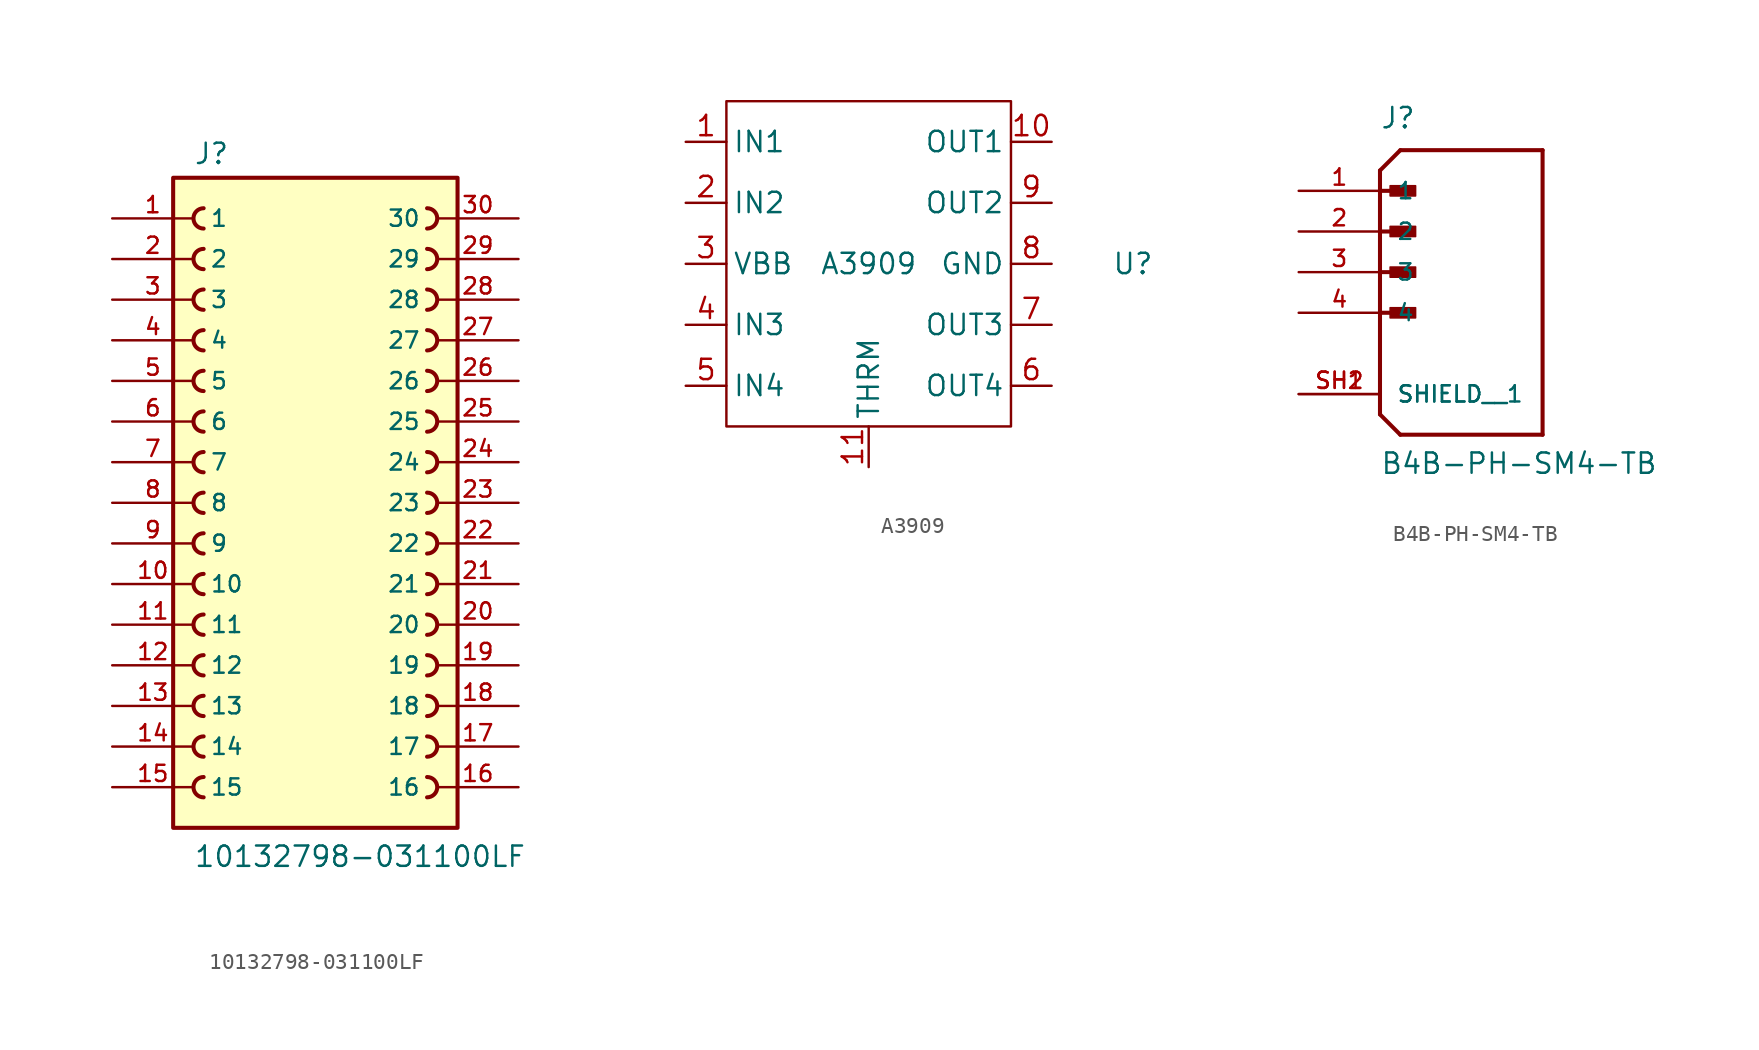
<source format=kicad_sym>
(kicad_symbol_lib
  (version 20241209)
  (generator "kicad_symbol_editor")
  (generator_version "9.0")
  (symbol "10132798-031100LF"
    (pin_names
      (offset 1.016))
    (property "Reference" "J"
      (at -7.62 21.082 0)
      (effects (font (size 1.27 1.27)) (justify left bottom)))
    (property "Value" "10132798-031100LF"
      (at -7.62 -22.86 0)
      (effects (font (size 1.27 1.27)) (justify left bottom)))
    (symbol "10132798-031100LF_0_0"
      (rectangle (start -8.89 -20.32) (end 8.89 20.32) (stroke (width 0.254) (type default)) (fill (type background)))
      (arc (start -6.985 17.145) (mid -7.6172 17.78) (end -6.985 18.415) (stroke (width 0.254) (type default)) (fill (type none)))
      (arc (start -6.985 14.605) (mid -7.6172 15.24) (end -6.985 15.875) (stroke (width 0.254) (type default)) (fill (type none)))
      (arc (start -6.985 12.065) (mid -7.6172 12.7) (end -6.985 13.335) (stroke (width 0.254) (type default)) (fill (type none)))
      (arc (start -6.985 9.525) (mid -7.6172 10.16) (end -6.985 10.795) (stroke (width 0.254) (type default)) (fill (type none)))
      (arc (start -6.985 6.985) (mid -7.6172 7.62) (end -6.985 8.255) (stroke (width 0.254) (type default)) (fill (type none)))
      (arc (start -6.985 4.445) (mid -7.6172 5.08) (end -6.985 5.715) (stroke (width 0.254) (type default)) (fill (type none)))
      (arc (start -6.985 1.905) (mid -7.6172 2.54) (end -6.985 3.175) (stroke (width 0.254) (type default)) (fill (type none)))
      (arc (start -6.985 -0.635) (mid -7.6172 0) (end -6.985 0.635) (stroke (width 0.254) (type default)) (fill (type none)))
      (arc (start -6.985 -3.175) (mid -7.6172 -2.54) (end -6.985 -1.905) (stroke (width 0.254) (type default)) (fill (type none)))
      (arc (start -6.985 -5.715) (mid -7.6172 -5.08) (end -6.985 -4.445) (stroke (width 0.254) (type default)) (fill (type none)))
      (arc (start -6.985 -8.255) (mid -7.6172 -7.62) (end -6.985 -6.985) (stroke (width 0.254) (type default)) (fill (type none)))
      (arc (start -6.985 -10.795) (mid -7.6172 -10.16) (end -6.985 -9.525) (stroke (width 0.254) (type default)) (fill (type none)))
      (arc (start -6.985 -13.335) (mid -7.6172 -12.7) (end -6.985 -12.065) (stroke (width 0.254) (type default)) (fill (type none)))
      (arc (start -6.985 -15.875) (mid -7.6172 -15.24) (end -6.985 -14.605) (stroke (width 0.254) (type default)) (fill (type none)))
      (arc (start -6.985 -18.415) (mid -7.6172 -17.78) (end -6.985 -17.145) (stroke (width 0.254) (type default)) (fill (type none)))
      (arc (start 6.985 18.415) (mid 7.617 17.78) (end 6.985 17.145) (stroke (width 0.254) (type default)) (fill (type none)))
      (arc (start 6.985 15.875) (mid 7.617 15.24) (end 6.985 14.605) (stroke (width 0.254) (type default)) (fill (type none)))
      (arc (start 6.985 13.335) (mid 7.617 12.7) (end 6.985 12.065) (stroke (width 0.254) (type default)) (fill (type none)))
      (arc (start 6.985 10.795) (mid 7.617 10.16) (end 6.985 9.525) (stroke (width 0.254) (type default)) (fill (type none)))
      (arc (start 6.985 8.255) (mid 7.617 7.62) (end 6.985 6.985) (stroke (width 0.254) (type default)) (fill (type none)))
      (arc (start 6.985 5.715) (mid 7.617 5.08) (end 6.985 4.445) (stroke (width 0.254) (type default)) (fill (type none)))
      (arc (start 6.985 3.175) (mid 7.617 2.54) (end 6.985 1.905) (stroke (width 0.254) (type default)) (fill (type none)))
      (arc (start 6.985 0.635) (mid 7.617 0) (end 6.985 -0.635) (stroke (width 0.254) (type default)) (fill (type none)))
      (arc (start 6.985 -1.905) (mid 7.617 -2.54) (end 6.985 -3.175) (stroke (width 0.254) (type default)) (fill (type none)))
      (arc (start 6.985 -4.445) (mid 7.617 -5.08) (end 6.985 -5.715) (stroke (width 0.254) (type default)) (fill (type none)))
      (arc (start 6.985 -6.985) (mid 7.617 -7.62) (end 6.985 -8.255) (stroke (width 0.254) (type default)) (fill (type none)))
      (arc (start 6.985 -9.525) (mid 7.617 -10.16) (end 6.985 -10.795) (stroke (width 0.254) (type default)) (fill (type none)))
      (arc (start 6.985 -12.065) (mid 7.617 -12.7) (end 6.985 -13.335) (stroke (width 0.254) (type default)) (fill (type none)))
      (arc (start 6.985 -14.605) (mid 7.617 -15.24) (end 6.985 -15.875) (stroke (width 0.254) (type default)) (fill (type none)))
      (arc (start 6.985 -17.145) (mid 7.617 -17.78) (end 6.985 -18.415) (stroke (width 0.254) (type default)) (fill (type none)))
      (pin passive line (at -12.7 17.78 0) (length 5.08) (name "1" (effects (font (size 1.016 1.016)))) (number "1" (effects (font (size 1.016 1.016)))))
      (pin passive line (at -12.7 15.24 0) (length 5.08) (name "2" (effects (font (size 1.016 1.016)))) (number "2" (effects (font (size 1.016 1.016)))))
      (pin passive line (at -12.7 12.7 0) (length 5.08) (name "3" (effects (font (size 1.016 1.016)))) (number "3" (effects (font (size 1.016 1.016)))))
      (pin passive line (at -12.7 10.16 0) (length 5.08) (name "4" (effects (font (size 1.016 1.016)))) (number "4" (effects (font (size 1.016 1.016)))))
      (pin passive line (at -12.7 7.62 0) (length 5.08) (name "5" (effects (font (size 1.016 1.016)))) (number "5" (effects (font (size 1.016 1.016)))))
      (pin passive line (at -12.7 5.08 0) (length 5.08) (name "6" (effects (font (size 1.016 1.016)))) (number "6" (effects (font (size 1.016 1.016)))))
      (pin passive line (at -12.7 2.54 0) (length 5.08) (name "7" (effects (font (size 1.016 1.016)))) (number "7" (effects (font (size 1.016 1.016)))))
      (pin passive line (at -12.7 0 0) (length 5.08) (name "8" (effects (font (size 1.016 1.016)))) (number "8" (effects (font (size 1.016 1.016)))))
      (pin passive line (at -12.7 -2.54 0) (length 5.08) (name "9" (effects (font (size 1.016 1.016)))) (number "9" (effects (font (size 1.016 1.016)))))
      (pin passive line (at -12.7 -5.08 0) (length 5.08) (name "10" (effects (font (size 1.016 1.016)))) (number "10" (effects (font (size 1.016 1.016)))))
      (pin passive line (at -12.7 -7.62 0) (length 5.08) (name "11" (effects (font (size 1.016 1.016)))) (number "11" (effects (font (size 1.016 1.016)))))
      (pin passive line (at -12.7 -10.16 0) (length 5.08) (name "12" (effects (font (size 1.016 1.016)))) (number "12" (effects (font (size 1.016 1.016)))))
      (pin passive line (at -12.7 -12.7 0) (length 5.08) (name "13" (effects (font (size 1.016 1.016)))) (number "13" (effects (font (size 1.016 1.016)))))
      (pin passive line (at -12.7 -15.24 0) (length 5.08) (name "14" (effects (font (size 1.016 1.016)))) (number "14" (effects (font (size 1.016 1.016)))))
      (pin passive line (at -12.7 -17.78 0) (length 5.08) (name "15" (effects (font (size 1.016 1.016)))) (number "15" (effects (font (size 1.016 1.016)))))
      (pin passive line (at 12.7 17.78 180) (length 5.08) (name "30" (effects (font (size 1.016 1.016)))) (number "30" (effects (font (size 1.016 1.016)))))
      (pin passive line (at 12.7 15.24 180) (length 5.08) (name "29" (effects (font (size 1.016 1.016)))) (number "29" (effects (font (size 1.016 1.016)))))
      (pin passive line (at 12.7 12.7 180) (length 5.08) (name "28" (effects (font (size 1.016 1.016)))) (number "28" (effects (font (size 1.016 1.016)))))
      (pin passive line (at 12.7 10.16 180) (length 5.08) (name "27" (effects (font (size 1.016 1.016)))) (number "27" (effects (font (size 1.016 1.016)))))
      (pin passive line (at 12.7 7.62 180) (length 5.08) (name "26" (effects (font (size 1.016 1.016)))) (number "26" (effects (font (size 1.016 1.016)))))
      (pin passive line (at 12.7 5.08 180) (length 5.08) (name "25" (effects (font (size 1.016 1.016)))) (number "25" (effects (font (size 1.016 1.016)))))
      (pin passive line (at 12.7 2.54 180) (length 5.08) (name "24" (effects (font (size 1.016 1.016)))) (number "24" (effects (font (size 1.016 1.016)))))
      (pin passive line (at 12.7 0 180) (length 5.08) (name "23" (effects (font (size 1.016 1.016)))) (number "23" (effects (font (size 1.016 1.016)))))
      (pin passive line (at 12.7 -2.54 180) (length 5.08) (name "22" (effects (font (size 1.016 1.016)))) (number "22" (effects (font (size 1.016 1.016)))))
      (pin passive line (at 12.7 -5.08 180) (length 5.08) (name "21" (effects (font (size 1.016 1.016)))) (number "21" (effects (font (size 1.016 1.016)))))
      (pin passive line (at 12.7 -7.62 180) (length 5.08) (name "20" (effects (font (size 1.016 1.016)))) (number "20" (effects (font (size 1.016 1.016)))))
      (pin passive line (at 12.7 -10.16 180) (length 5.08) (name "19" (effects (font (size 1.016 1.016)))) (number "19" (effects (font (size 1.016 1.016)))))
      (pin passive line (at 12.7 -12.7 180) (length 5.08) (name "18" (effects (font (size 1.016 1.016)))) (number "18" (effects (font (size 1.016 1.016)))))
      (pin passive line (at 12.7 -15.24 180) (length 5.08) (name "17" (effects (font (size 1.016 1.016)))) (number "17" (effects (font (size 1.016 1.016)))))
      (pin passive line (at 12.7 -17.78 180) (length 5.08) (name "16" (effects (font (size 1.016 1.016)))) (number "16" (effects (font (size 1.016 1.016)))))))
  (symbol "A3909"
    (pin_names
      (offset 0.381))
    (property "Reference" "U"
      (at 16.51 0 0)
      (effects (font (size 1.27 1.27))))
    (property "Value" "A3909"
      (at 0 0 0)
      (effects (font (size 1.27 1.27))))
    (symbol "A3909_0_1"
      (rectangle (start -8.89 10.16) (end 8.89 -10.16) (stroke (width 0) (type default)) (fill (type none))))
    (symbol "A3909_1_1"
      (pin input line (at -11.43 7.62 0) (length 2.54) (name "IN1" (effects (font (size 1.27 1.27)))) (number "1" (effects (font (size 1.27 1.27)))))
      (pin input line (at -11.43 3.81 0) (length 2.54) (name "IN2" (effects (font (size 1.27 1.27)))) (number "2" (effects (font (size 1.27 1.27)))))
      (pin input line (at -11.43 0 0) (length 2.54) (name "VBB" (effects (font (size 1.27 1.27)))) (number "3" (effects (font (size 1.27 1.27)))))
      (pin input line (at -11.43 -3.81 0) (length 2.54) (name "IN3" (effects (font (size 1.27 1.27)))) (number "4" (effects (font (size 1.27 1.27)))))
      (pin input line (at -11.43 -7.62 0) (length 2.54) (name "IN4" (effects (font (size 1.27 1.27)))) (number "5" (effects (font (size 1.27 1.27)))))
      (pin passive line (at 0 -12.7 90) (length 2.54) (name "THRM" (effects (font (size 1.27 1.27)))) (number "11" (effects (font (size 1.27 1.27)))))
      (pin output line (at 11.43 7.62 180) (length 2.54) (name "OUT1" (effects (font (size 1.27 1.27)))) (number "10" (effects (font (size 1.27 1.27)))))
      (pin output line (at 11.43 3.81 180) (length 2.54) (name "OUT2" (effects (font (size 1.27 1.27)))) (number "9" (effects (font (size 1.27 1.27)))))
      (pin input line (at 11.43 0 180) (length 2.54) (name "GND" (effects (font (size 1.27 1.27)))) (number "8" (effects (font (size 1.27 1.27)))))
      (pin output line (at 11.43 -3.81 180) (length 2.54) (name "OUT3" (effects (font (size 1.27 1.27)))) (number "7" (effects (font (size 1.27 1.27)))))
      (pin output line (at 11.43 -7.62 180) (length 2.54) (name "OUT4" (effects (font (size 1.27 1.27)))) (number "6" (effects (font (size 1.27 1.27)))))))
  (symbol "B4B-PH-SM4-TB"
    (pin_names
      (offset 1.016))
    (property "Reference" "J"
      (at 0 8.89 0)
      (effects (font (size 1.27 1.27)) (justify left bottom)))
    (property "Value" "B4B-PH-SM4-TB"
      (at 0 -12.7 0)
      (effects (font (size 1.27 1.27)) (justify left bottom)))
    (symbol "B4B-PH-SM4-TB_0_0"
      (polyline (pts (xy 0 6.35) (xy 0 -8.89)) (stroke (width 0.254) (type default)) (fill (type none)))
      (polyline (pts (xy 0 6.35) (xy 1.27 7.62)) (stroke (width 0.254) (type default)) (fill (type none)))
      (polyline (pts (xy 0 5.08) (xy 1.905 5.08)) (stroke (width 0.254) (type default)) (fill (type none)))
      (polyline (pts (xy 0 2.54) (xy 1.905 2.54)) (stroke (width 0.254) (type default)) (fill (type none)))
      (polyline (pts (xy 0 0) (xy 1.905 0)) (stroke (width 0.254) (type default)) (fill (type none)))
      (polyline (pts (xy 0 -2.54) (xy 1.905 -2.54)) (stroke (width 0.254) (type default)) (fill (type none)))
      (polyline (pts (xy 0 -8.89) (xy 1.27 -10.16)) (stroke (width 0.254) (type default)) (fill (type none)))
      (rectangle (start 0.635 4.763) (end 2.223 5.397) (stroke (width 0.1) (type default)) (fill (type outline)))
      (rectangle (start 0.635 2.223) (end 2.223 2.857) (stroke (width 0.1) (type default)) (fill (type outline)))
      (rectangle (start 0.635 -0.318) (end 2.223 0.318) (stroke (width 0.1) (type default)) (fill (type outline)))
      (rectangle (start 0.635 -2.857) (end 2.223 -2.223) (stroke (width 0.1) (type default)) (fill (type outline)))
      (polyline (pts (xy 1.27 -10.16) (xy 10.16 -10.16)) (stroke (width 0.254) (type default)) (fill (type none)))
      (polyline (pts (xy 10.16 7.62) (xy 1.27 7.62)) (stroke (width 0.254) (type default)) (fill (type none)))
      (polyline (pts (xy 10.16 -10.16) (xy 10.16 7.62)) (stroke (width 0.254) (type default)) (fill (type none)))
      (pin passive line (at -5.08 5.08 0) (length 5.08) (name "1" (effects (font (size 1.016 1.016)))) (number "1" (effects (font (size 1.016 1.016)))))
      (pin passive line (at -5.08 2.54 0) (length 5.08) (name "2" (effects (font (size 1.016 1.016)))) (number "2" (effects (font (size 1.016 1.016)))))
      (pin passive line (at -5.08 0 0) (length 5.08) (name "3" (effects (font (size 1.016 1.016)))) (number "3" (effects (font (size 1.016 1.016)))))
      (pin passive line (at -5.08 -2.54 0) (length 5.08) (name "4" (effects (font (size 1.016 1.016)))) (number "4" (effects (font (size 1.016 1.016)))))
      (pin passive line (at -5.08 -7.62 0) (length 5.08) (name "SHIELD" (effects (font (size 1.016 1.016)))) (number "SH1" (effects (font (size 1.016 1.016)))))
      (pin passive line (at -5.08 -7.62 0) (length 5.08) (name "SHIELD__1" (effects (font (size 1.016 1.016)))) (number "SH2" (effects (font (size 1.016 1.016))))))))
</source>
